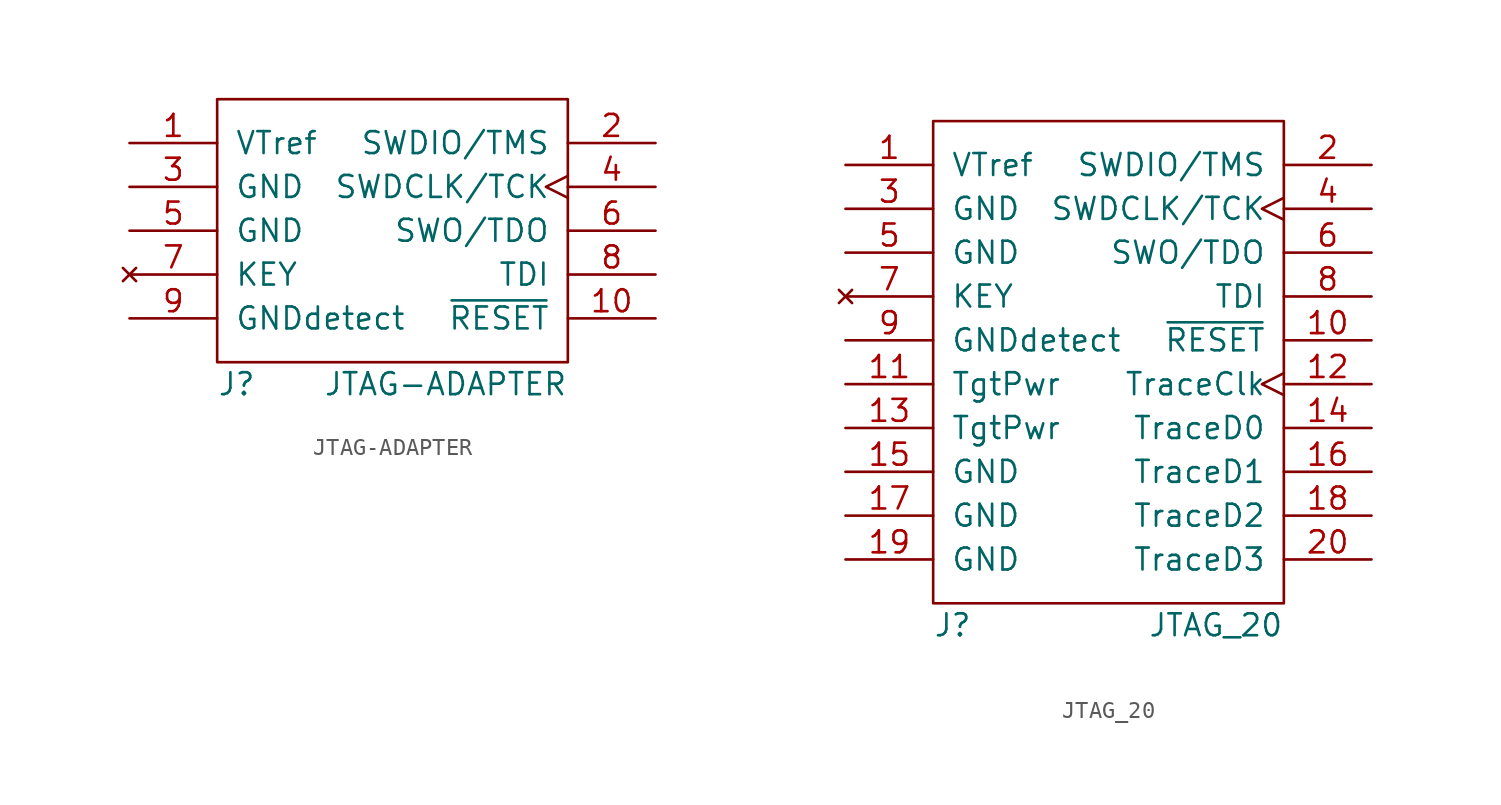
<source format=kicad_sym>
(kicad_symbol_lib
  (version 20211014)
  (generator kicad_symbol_editor)
  (symbol "JTAG-ADAPTER"
    (pin_names
      (offset 1.016))
    (property "Reference" "J"
      (at -10.16 -8.89 0)
      (effects (font (size 1.27 1.27)) (justify left)))
    (property "Value" "JTAG-ADAPTER"
      (at 10.16 -8.89 0)
      (effects (font (size 1.27 1.27)) (justify right)))
    (symbol "JTAG-ADAPTER_0_1"
      (rectangle (start -10.16 7.62) (end 10.16 -7.62) (stroke (width 0) (type default) (color 0 0 0 0)) (fill (type none))))
    (symbol "JTAG-ADAPTER_1_1"
      (pin passive line (at -15.24 5.08 0) (length 5.08) (name "VTref" (effects (font (size 1.27 1.27)))) (number "1" (effects (font (size 1.27 1.27)))))
      (pin open_collector line (at 15.24 -5.08 180) (length 5.08) (name "~{RESET}" (effects (font (size 1.27 1.27)))) (number "10" (effects (font (size 1.27 1.27)))))
      (pin bidirectional line (at 15.24 5.08 180) (length 5.08) (name "SWDIO/TMS" (effects (font (size 1.27 1.27)))) (number "2" (effects (font (size 1.27 1.27)))))
      (pin power_in line (at -15.24 2.54 0) (length 5.08) (name "GND" (effects (font (size 1.27 1.27)))) (number "3" (effects (font (size 1.27 1.27)))))
      (pin input clock (at 15.24 2.54 180) (length 5.08) (name "SWDCLK/TCK" (effects (font (size 1.27 1.27)))) (number "4" (effects (font (size 1.27 1.27)))))
      (pin power_in line (at -15.24 0 0) (length 5.08) (name "GND" (effects (font (size 1.27 1.27)))) (number "5" (effects (font (size 1.27 1.27)))))
      (pin output line (at 15.24 0 180) (length 5.08) (name "SWO/TDO" (effects (font (size 1.27 1.27)))) (number "6" (effects (font (size 1.27 1.27)))))
      (pin no_connect line (at -15.24 -2.54 0) (length 5.08) (name "KEY" (effects (font (size 1.27 1.27)))) (number "7" (effects (font (size 1.27 1.27)))))
      (pin input line (at 15.24 -2.54 180) (length 5.08) (name "TDI" (effects (font (size 1.27 1.27)))) (number "8" (effects (font (size 1.27 1.27)))))
      (pin passive line (at -15.24 -5.08 0) (length 5.08) (name "GNDdetect" (effects (font (size 1.27 1.27)))) (number "9" (effects (font (size 1.27 1.27)))))))
  (symbol "JTAG_20"
    (pin_names
      (offset 1.016))
    (property "Reference" "J"
      (at -10.16 -15.24 0)
      (effects (font (size 1.27 1.27)) (justify left)))
    (property "Value" "JTAG_20"
      (at 10.16 -15.24 0)
      (effects (font (size 1.27 1.27)) (justify right)))
    (symbol "JTAG_20_0_1"
      (rectangle (start -10.16 13.97) (end 10.16 -13.97) (stroke (width 0) (type default) (color 0 0 0 0)) (fill (type none))))
    (symbol "JTAG_20_1_1"
      (pin passive line (at -15.24 11.43 0) (length 5.08) (name "VTref" (effects (font (size 1.27 1.27)))) (number "1" (effects (font (size 1.27 1.27)))))
      (pin open_collector line (at 15.24 1.27 180) (length 5.08) (name "~{RESET}" (effects (font (size 1.27 1.27)))) (number "10" (effects (font (size 1.27 1.27)))))
      (pin power_in line (at -15.24 -1.27 0) (length 5.08) (name "TgtPwr" (effects (font (size 1.27 1.27)))) (number "11" (effects (font (size 1.27 1.27)))))
      (pin input clock (at 15.24 -1.27 180) (length 5.08) (name "TraceClk" (effects (font (size 1.27 1.27)))) (number "12" (effects (font (size 1.27 1.27)))))
      (pin power_in line (at -15.24 -3.81 0) (length 5.08) (name "TgtPwr" (effects (font (size 1.27 1.27)))) (number "13" (effects (font (size 1.27 1.27)))))
      (pin input line (at 15.24 -3.81 180) (length 5.08) (name "TraceD0" (effects (font (size 1.27 1.27)))) (number "14" (effects (font (size 1.27 1.27)))))
      (pin power_in line (at -15.24 -6.35 0) (length 5.08) (name "GND" (effects (font (size 1.27 1.27)))) (number "15" (effects (font (size 1.27 1.27)))))
      (pin input line (at 15.24 -6.35 180) (length 5.08) (name "TraceD1" (effects (font (size 1.27 1.27)))) (number "16" (effects (font (size 1.27 1.27)))))
      (pin power_in line (at -15.24 -8.89 0) (length 5.08) (name "GND" (effects (font (size 1.27 1.27)))) (number "17" (effects (font (size 1.27 1.27)))))
      (pin input line (at 15.24 -8.89 180) (length 5.08) (name "TraceD2" (effects (font (size 1.27 1.27)))) (number "18" (effects (font (size 1.27 1.27)))))
      (pin power_in line (at -15.24 -11.43 0) (length 5.08) (name "GND" (effects (font (size 1.27 1.27)))) (number "19" (effects (font (size 1.27 1.27)))))
      (pin bidirectional line (at 15.24 11.43 180) (length 5.08) (name "SWDIO/TMS" (effects (font (size 1.27 1.27)))) (number "2" (effects (font (size 1.27 1.27)))))
      (pin input line (at 15.24 -11.43 180) (length 5.08) (name "TraceD3" (effects (font (size 1.27 1.27)))) (number "20" (effects (font (size 1.27 1.27)))))
      (pin power_in line (at -15.24 8.89 0) (length 5.08) (name "GND" (effects (font (size 1.27 1.27)))) (number "3" (effects (font (size 1.27 1.27)))))
      (pin output clock (at 15.24 8.89 180) (length 5.08) (name "SWDCLK/TCK" (effects (font (size 1.27 1.27)))) (number "4" (effects (font (size 1.27 1.27)))))
      (pin power_in line (at -15.24 6.35 0) (length 5.08) (name "GND" (effects (font (size 1.27 1.27)))) (number "5" (effects (font (size 1.27 1.27)))))
      (pin input line (at 15.24 6.35 180) (length 5.08) (name "SWO/TDO" (effects (font (size 1.27 1.27)))) (number "6" (effects (font (size 1.27 1.27)))))
      (pin no_connect line (at -15.24 3.81 0) (length 5.08) (name "KEY" (effects (font (size 1.27 1.27)))) (number "7" (effects (font (size 1.27 1.27)))))
      (pin output line (at 15.24 3.81 180) (length 5.08) (name "TDI" (effects (font (size 1.27 1.27)))) (number "8" (effects (font (size 1.27 1.27)))))
      (pin passive line (at -15.24 1.27 0) (length 5.08) (name "GNDdetect" (effects (font (size 1.27 1.27)))) (number "9" (effects (font (size 1.27 1.27))))))))
</source>
